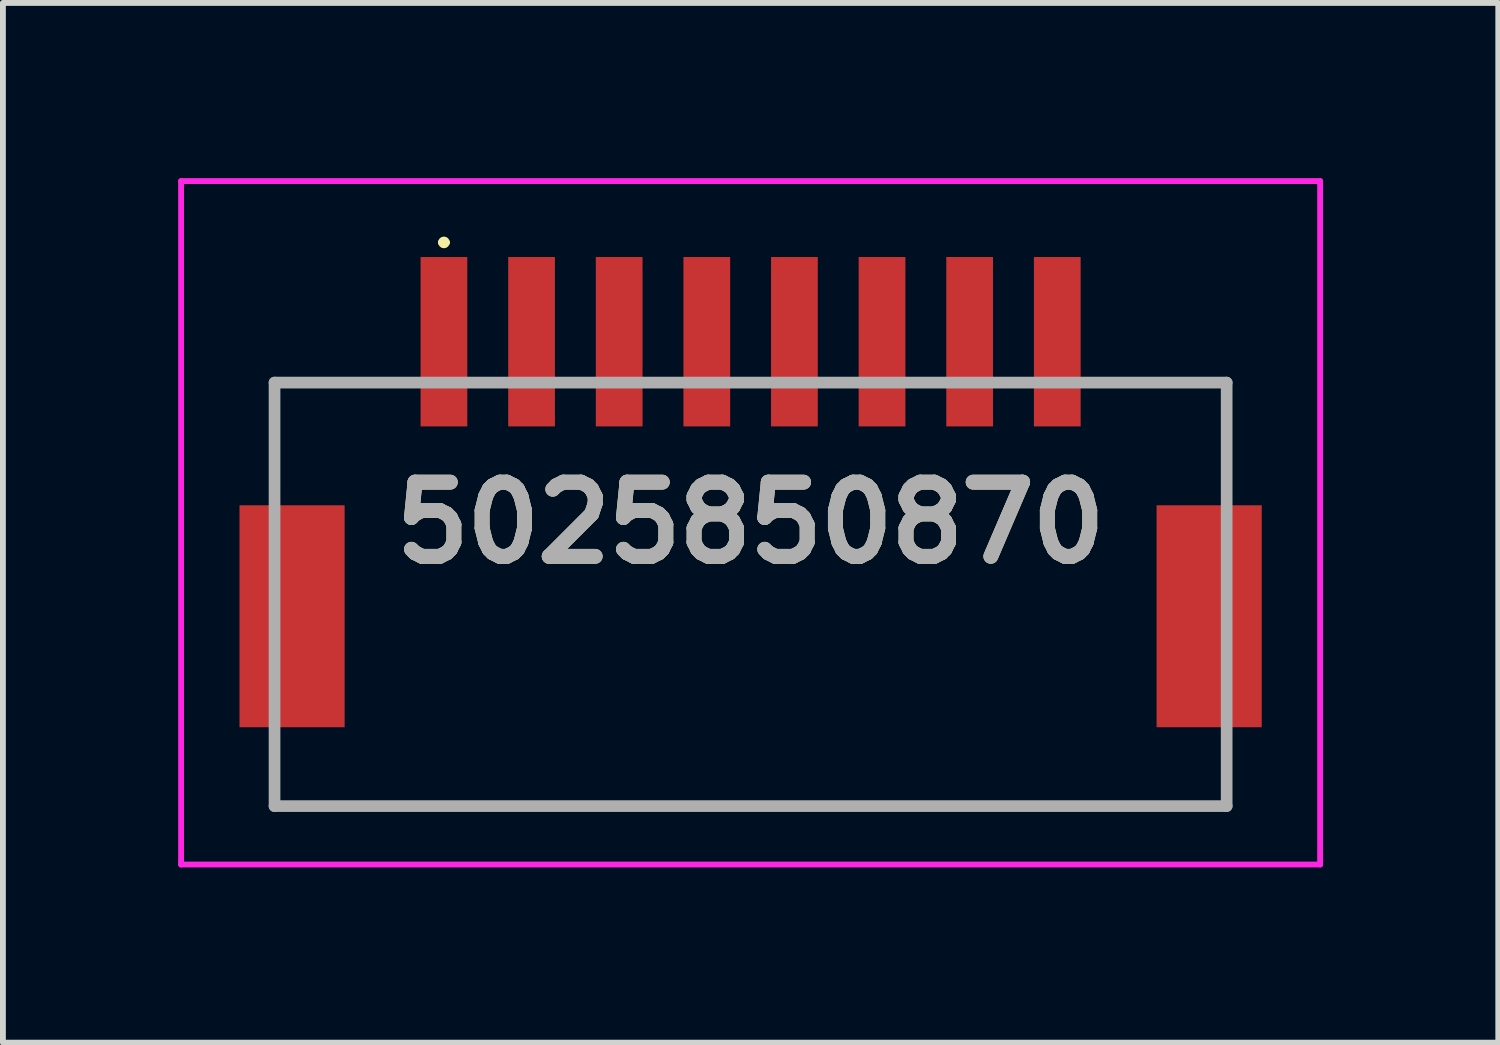
<source format=kicad_pcb>
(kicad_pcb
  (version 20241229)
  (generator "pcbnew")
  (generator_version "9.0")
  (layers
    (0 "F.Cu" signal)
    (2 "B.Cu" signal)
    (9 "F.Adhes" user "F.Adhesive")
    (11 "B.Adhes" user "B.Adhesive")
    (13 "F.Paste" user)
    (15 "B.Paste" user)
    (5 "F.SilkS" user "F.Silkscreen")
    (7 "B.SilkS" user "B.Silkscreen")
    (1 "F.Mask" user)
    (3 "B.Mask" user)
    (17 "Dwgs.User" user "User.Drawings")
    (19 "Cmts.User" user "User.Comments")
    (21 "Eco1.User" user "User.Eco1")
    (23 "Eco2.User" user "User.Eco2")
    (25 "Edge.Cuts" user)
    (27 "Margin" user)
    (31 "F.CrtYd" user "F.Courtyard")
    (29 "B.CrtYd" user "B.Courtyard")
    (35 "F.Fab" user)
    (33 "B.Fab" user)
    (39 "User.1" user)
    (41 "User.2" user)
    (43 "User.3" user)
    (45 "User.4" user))
  (footprint "5025850870"
    (layer "F.Cu")
    (at 9.8 5.9)
    (property "Reference" "5025850870" (at 0 0 0) (layer "F.SilkS") (effects (font (size 1.27 1.27) (thickness 0.254))))
    (attr smd)
    (fp_line (start -8.15 -2.4) (end -8.15 -0.9) (stroke (width 0.1) (type solid)) (layer "F.SilkS"))
    (fp_line (start -8.15 4.85) (end -8.15 4.1) (stroke (width 0.1) (type solid)) (layer "F.SilkS"))
    (fp_line (start -6 -2.4) (end -8.15 -2.4) (stroke (width 0.1) (type solid)) (layer "F.SilkS"))
    (fp_line (start -5.3 -4.8) (end -5.3 -4.8) (stroke (width 0.1) (type solid)) (layer "F.SilkS"))
    (fp_line (start -5.2 -4.8) (end -5.2 -4.8) (stroke (width 0.1) (type solid)) (layer "F.SilkS"))
    (fp_line (start 6 -2.4) (end 8.15 -2.4) (stroke (width 0.1) (type solid)) (layer "F.SilkS"))
    (fp_line (start 8.15 -2.4) (end 8.15 -0.9) (stroke (width 0.1) (type solid)) (layer "F.SilkS"))
    (fp_line (start 8.15 4.1) (end 8.15 4.85) (stroke (width 0.1) (type solid)) (layer "F.SilkS"))
    (fp_line (start 8.15 4.85) (end -8.15 4.85) (stroke (width 0.1) (type solid)) (layer "F.SilkS"))
    (fp_arc (start -5.3 -4.8) (mid -5.25 -4.85) (end -5.2 -4.8) (stroke (width 0.1) (type solid)) (layer "F.SilkS"))
    (fp_arc (start -5.2 -4.8) (mid -5.25 -4.75) (end -5.3 -4.8) (stroke (width 0.1) (type solid)) (layer "F.SilkS"))
    (fp_line (start -9.75 -5.85) (end 9.75 -5.85) (stroke (width 0.1) (type solid)) (layer "F.CrtYd"))
    (fp_line (start -9.75 5.85) (end -9.75 -5.85) (stroke (width 0.1) (type solid)) (layer "F.CrtYd"))
    (fp_line (start 9.75 -5.85) (end 9.75 5.85) (stroke (width 0.1) (type solid)) (layer "F.CrtYd"))
    (fp_line (start 9.75 5.85) (end -9.75 5.85) (stroke (width 0.1) (type solid)) (layer "F.CrtYd"))
    (fp_line (start -8.15 -2.4) (end 8.15 -2.4) (stroke (width 0.2) (type solid)) (layer "F.Fab"))
    (fp_line (start -8.15 4.85) (end -8.15 -2.4) (stroke (width 0.2) (type solid)) (layer "F.Fab"))
    (fp_line (start 8.15 -2.4) (end 8.15 4.85) (stroke (width 0.2) (type solid)) (layer "F.Fab"))
    (fp_line (start 8.15 4.85) (end -8.15 4.85) (stroke (width 0.2) (type solid)) (layer "F.Fab"))
    (fp_text user "${REFERENCE}" (at 0 0 0) (layer "F.Fab") (effects (font (size 1.27 1.27) (thickness 0.254))))
    (pad "1" smd rect (at -5.25 -3.1) (size 0.8 2.9) (layers "F.Cu" "F.Mask" "F.Paste"))
    (pad "2" smd rect (at -3.75 -3.1) (size 0.8 2.9) (layers "F.Cu" "F.Mask" "F.Paste"))
    (pad "3" smd rect (at -2.25 -3.1) (size 0.8 2.9) (layers "F.Cu" "F.Mask" "F.Paste"))
    (pad "4" smd rect (at -0.75 -3.1) (size 0.8 2.9) (layers "F.Cu" "F.Mask" "F.Paste"))
    (pad "5" smd rect (at 0.75 -3.1) (size 0.8 2.9) (layers "F.Cu" "F.Mask" "F.Paste"))
    (pad "6" smd rect (at 2.25 -3.1) (size 0.8 2.9) (layers "F.Cu" "F.Mask" "F.Paste"))
    (pad "7" smd rect (at 3.75 -3.1) (size 0.8 2.9) (layers "F.Cu" "F.Mask" "F.Paste"))
    (pad "8" smd rect (at 5.25 -3.1) (size 0.8 2.9) (layers "F.Cu" "F.Mask" "F.Paste"))
    (pad "MP1" smd rect (at -7.85 1.6) (size 1.8 3.8) (layers "F.Cu" "F.Mask" "F.Paste"))
    (pad "MP2" smd rect (at 7.85 1.6) (size 1.8 3.8) (layers "F.Cu" "F.Mask" "F.Paste")))
  (gr_rect
    (start -3 -3)
    (end 22.6 14.8)
    (stroke (width 0.1) (type default))
    (fill no)
    (layer "Edge.Cuts")))
</source>
